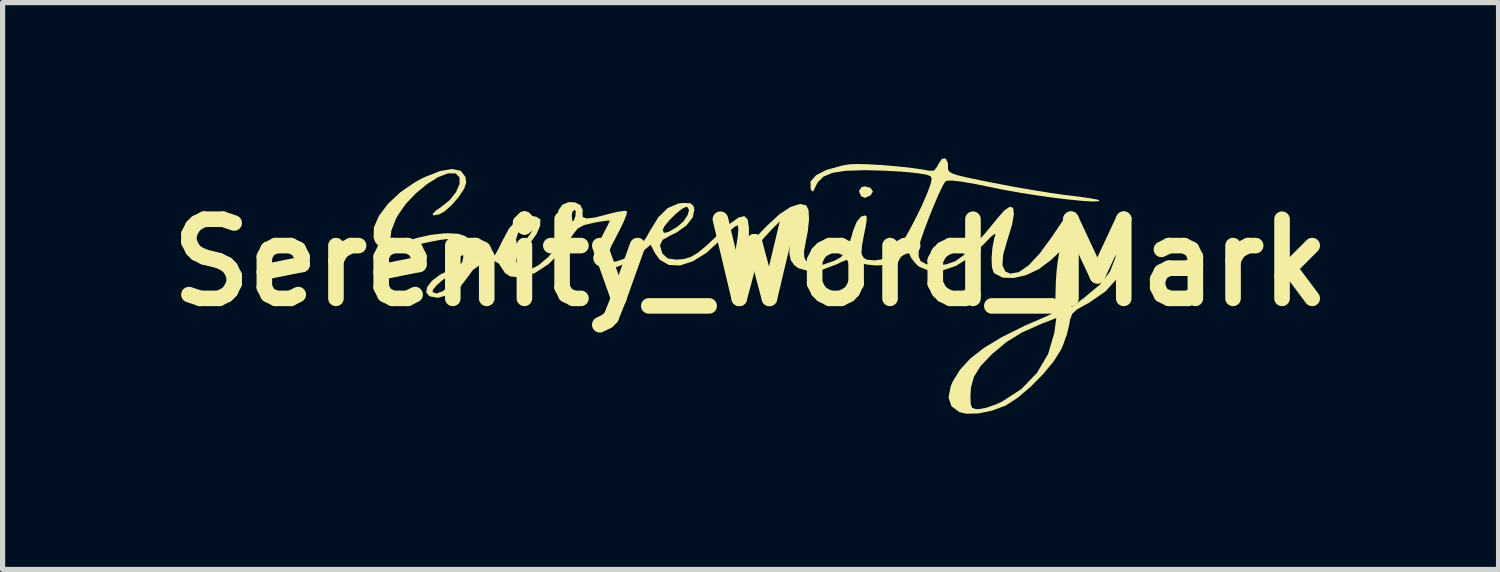
<source format=kicad_pcb>
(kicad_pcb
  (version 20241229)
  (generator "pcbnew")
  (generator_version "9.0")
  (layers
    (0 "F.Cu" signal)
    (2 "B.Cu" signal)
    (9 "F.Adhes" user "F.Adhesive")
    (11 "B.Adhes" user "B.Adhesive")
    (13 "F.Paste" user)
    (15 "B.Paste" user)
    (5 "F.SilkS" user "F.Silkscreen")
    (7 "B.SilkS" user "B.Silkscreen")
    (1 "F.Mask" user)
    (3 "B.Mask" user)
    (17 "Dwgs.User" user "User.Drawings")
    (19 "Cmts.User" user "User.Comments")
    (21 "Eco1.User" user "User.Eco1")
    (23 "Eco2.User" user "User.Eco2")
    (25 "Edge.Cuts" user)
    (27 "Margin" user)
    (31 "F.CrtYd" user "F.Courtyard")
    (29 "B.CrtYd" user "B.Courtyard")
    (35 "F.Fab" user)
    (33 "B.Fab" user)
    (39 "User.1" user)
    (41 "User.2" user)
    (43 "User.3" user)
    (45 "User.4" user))
  (footprint "Serenity_Word_Mark"
    (layer "F.Cu")
    (at 11.401 2.005)
    (property "Reference" "Serenity_Word_Mark" (at 0 0 0) (layer "F.SilkS") (effects (font (size 1.524 1.524) (thickness 0.3))))
    (attr board_only exclude_from_pos_files exclude_from_bom)
    (fp_poly (pts (xy 2.31 -1.438) (xy 2.355 -1.37) (xy 2.313 -1.297) (xy 2.307 -1.293) (xy 2.202 -1.245) (xy 2.131 -1.275) (xy 2.126 -1.279) (xy 2.087 -1.375) (xy 2.135 -1.451) (xy 2.198 -1.468)) (stroke (width 0) (type solid)) (fill yes) (layer "F.SilkS"))
    (fp_poly (pts (xy 3.799 -1.917) (xy 3.801 -1.851) (xy 3.801 -1.797) (xy 3.821 -1.755) (xy 3.876 -1.719) (xy 3.983 -1.682) (xy 4.156 -1.64) (xy 4.413 -1.586) (xy 4.675 -1.534) (xy 5.035 -1.465) (xy 5.409 -1.4) (xy 5.761 -1.343) (xy 6.053 -1.301) (xy 6.124 -1.293) (xy 6.364 -1.263) (xy 6.56 -1.234) (xy 6.685 -1.21) (xy 6.717 -1.199) (xy 6.692 -1.179) (xy 6.574 -1.176) (xy 6.38 -1.188) (xy 6.127 -1.213) (xy 5.834 -1.248) (xy 5.518 -1.292) (xy 5.197 -1.343) (xy 4.889 -1.398) (xy 4.713 -1.433) (xy 4.347 -1.508) (xy 4.079 -1.555) (xy 3.897 -1.578) (xy 3.79 -1.577) (xy 3.749 -1.56) (xy 3.697 -1.474) (xy 3.619 -1.31) (xy 3.527 -1.096) (xy 3.432 -0.859) (xy 3.344 -0.627) (xy 3.276 -0.429) (xy 3.24 -0.296) (xy 3.235 -0.12) (xy 3.274 -0.028) (xy 3.386 0.033) (xy 3.563 0.054) (xy 3.76 0.036) (xy 3.936 -0.022) (xy 3.94 -0.024) (xy 4.091 -0.132) (xy 4.285 -0.312) (xy 4.5 -0.544) (xy 4.716 -0.806) (xy 4.736 -0.833) (xy 4.887 -1.005) (xy 4.994 -1.076) (xy 5.056 -1.051) (xy 5.07 -0.933) (xy 5.034 -0.727) (xy 4.946 -0.438) (xy 4.943 -0.43) (xy 4.862 -0.146) (xy 4.849 0.052) (xy 4.904 0.171) (xy 5.001 0.213) (xy 5.165 0.184) (xy 5.354 0.054) (xy 5.57 -0.18) (xy 5.79 -0.479) (xy 6.124 -0.972) (xy 6.152 -0.058) (xy 6.181 0.855) (xy 6.406 0.691) (xy 6.714 0.435) (xy 6.918 0.178) (xy 7.025 -0.097) (xy 7.043 -0.408) (xy 6.99 -0.73) (xy 7.018 -0.81) (xy 7.063 -0.832) (xy 7.151 -0.799) (xy 7.218 -0.672) (xy 7.277 -0.343) (xy 7.23 -0.022) (xy 7.081 0.28) (xy 6.837 0.552) (xy 6.505 0.782) (xy 6.444 0.813) (xy 6.281 0.905) (xy 6.193 0.988) (xy 6.151 1.098) (xy 6.138 1.181) (xy 6.093 1.373) (xy 6.016 1.591) (xy 5.978 1.676) (xy 5.838 1.899) (xy 5.633 2.147) (xy 5.391 2.392) (xy 5.144 2.602) (xy 4.921 2.747) (xy 4.906 2.755) (xy 4.649 2.851) (xy 4.385 2.905) (xy 4.151 2.91) (xy 4.021 2.88) (xy 3.867 2.766) (xy 3.811 2.598) (xy 3.817 2.565) (xy 4.233 2.565) (xy 4.238 2.723) (xy 4.266 2.798) (xy 4.335 2.821) (xy 4.392 2.822) (xy 4.531 2.797) (xy 4.718 2.733) (xy 4.84 2.678) (xy 5.214 2.435) (xy 5.514 2.124) (xy 5.729 1.76) (xy 5.846 1.361) (xy 5.85 1.336) (xy 5.886 1.068) (xy 5.582 1.187) (xy 5.222 1.348) (xy 4.928 1.529) (xy 4.653 1.759) (xy 4.638 1.773) (xy 4.428 1.994) (xy 4.302 2.195) (xy 4.243 2.405) (xy 4.233 2.565) (xy 3.817 2.565) (xy 3.854 2.379) (xy 3.89 2.295) (xy 4.031 2.065) (xy 4.228 1.85) (xy 4.492 1.644) (xy 4.834 1.437) (xy 5.266 1.222) (xy 5.715 1.027) (xy 5.8 0.983) (xy 5.847 0.921) (xy 5.866 0.81) (xy 5.871 0.618) (xy 5.871 0.608) (xy 5.877 0.374) (xy 5.893 0.148) (xy 5.907 0.028) (xy 5.942 -0.198) (xy 5.779 -0.045) (xy 5.552 0.125) (xy 5.305 0.242) (xy 5.065 0.298) (xy 4.854 0.29) (xy 4.699 0.211) (xy 4.679 0.19) (xy 4.647 0.088) (xy 4.64 -0.084) (xy 4.656 -0.285) (xy 4.693 -0.474) (xy 4.714 -0.536) (xy 4.701 -0.554) (xy 4.631 -0.499) (xy 4.516 -0.381) (xy 4.495 -0.358) (xy 4.23 -0.109) (xy 3.957 0.063) (xy 3.691 0.155) (xy 3.448 0.162) (xy 3.243 0.079) (xy 3.187 0.031) (xy 3.092 -0.089) (xy 3.048 -0.194) (xy 3.048 -0.201) (xy 3.028 -0.241) (xy 2.96 -0.209) (xy 2.848 -0.119) (xy 2.679 0.003) (xy 2.51 0.052) (xy 2.409 0.056) (xy 2.229 0.037) (xy 2.08 -0.01) (xy 2.054 -0.025) (xy 1.974 -0.067) (xy 1.889 -0.066) (xy 1.762 -0.017) (xy 1.665 0.031) (xy 1.379 0.139) (xy 1.125 0.165) (xy 0.919 0.109) (xy 0.84 0.049) (xy 0.775 -0.045) (xy 0.745 -0.177) (xy 0.752 -0.365) (xy 0.794 -0.631) (xy 0.823 -0.776) (xy 0.836 -0.911) (xy 0.799 -0.959) (xy 0.789 -0.96) (xy 0.709 -0.918) (xy 0.579 -0.808) (xy 0.418 -0.649) (xy 0.246 -0.462) (xy 0.083 -0.266) (xy -0.046 -0.091) (xy -0.176 0.076) (xy -0.265 0.139) (xy -0.313 0.097) (xy -0.318 -0.049) (xy -0.281 -0.297) (xy -0.279 -0.305) (xy -0.247 -0.498) (xy -0.235 -0.646) (xy -0.244 -0.715) (xy -0.298 -0.695) (xy -0.405 -0.608) (xy -0.545 -0.472) (xy -0.579 -0.436) (xy -0.849 -0.187) (xy -1.113 -0.023) (xy -1.359 0.056) (xy -1.574 0.047) (xy -1.748 -0.054) (xy -1.839 -0.178) (xy -1.924 -0.343) (xy -2.157 -0.144) (xy -2.381 0.01) (xy -2.605 0.095) (xy -2.805 0.11) (xy -2.959 0.049) (xy -3.011 -0.01) (xy -3.031 -0.089) (xy -3.003 -0.207) (xy -2.92 -0.389) (xy -2.89 -0.448) (xy -2.8 -0.621) (xy -2.735 -0.75) (xy -2.709 -0.807) (xy -2.709 -0.808) (xy -2.759 -0.807) (xy -2.889 -0.789) (xy -3.014 -0.767) (xy -3.207 -0.721) (xy -3.326 -0.657) (xy -3.41 -0.554) (xy -3.419 -0.539) (xy -3.64 -0.221) (xy -3.89 0.03) (xy -4.152 0.201) (xy -4.41 0.279) (xy -4.47 0.282) (xy -4.629 0.267) (xy -4.727 0.203) (xy -4.786 0.114) (xy -4.848 0.019) (xy -4.915 -0.022) (xy -5.017 -0.012) (xy -5.186 0.044) (xy -5.233 0.062) (xy -5.346 0.143) (xy -5.443 0.275) (xy -5.443 0.275) (xy -5.594 0.473) (xy -5.796 0.615) (xy -6.012 0.677) (xy -6.036 0.677) (xy -6.184 0.649) (xy -6.245 0.575) (xy -6.244 0.567) (xy -6.122 0.567) (xy -6.048 0.596) (xy -5.931 0.553) (xy -5.799 0.452) (xy -5.731 0.376) (xy -5.649 0.261) (xy -5.613 0.189) (xy -5.614 0.181) (xy -5.682 0.183) (xy -5.797 0.243) (xy -5.928 0.336) (xy -6.045 0.438) (xy -6.117 0.526) (xy -6.122 0.567) (xy -6.244 0.567) (xy -6.226 0.471) (xy -6.135 0.351) (xy -5.978 0.233) (xy -5.777 0.135) (xy -5.623 0.066) (xy -5.551 -0.006) (xy -5.532 -0.108) (xy -5.532 -0.117) (xy -5.578 -0.299) (xy -5.703 -0.418) (xy -5.848 -0.452) (xy -5.966 -0.438) (xy -6.157 -0.402) (xy -6.388 -0.351) (xy -6.468 -0.331) (xy -6.774 -0.267) (xy -6.992 -0.254) (xy -7.138 -0.294) (xy -7.227 -0.392) (xy -7.258 -0.479) (xy -7.253 -0.676) (xy -7.156 -0.898) (xy -6.983 -1.129) (xy -6.746 -1.351) (xy -6.459 -1.549) (xy -6.287 -1.64) (xy -5.984 -1.76) (xy -5.747 -1.802) (xy -5.581 -1.766) (xy -5.491 -1.652) (xy -5.475 -1.541) (xy -5.515 -1.421) (xy -5.617 -1.265) (xy -5.753 -1.108) (xy -5.893 -0.983) (xy -5.992 -0.929) (xy -6.104 -0.907) (xy -6.123 -0.936) (xy -6.051 -1.007) (xy -5.956 -1.071) (xy -5.791 -1.204) (xy -5.67 -1.359) (xy -5.604 -1.511) (xy -5.603 -1.638) (xy -5.678 -1.716) (xy -5.678 -1.716) (xy -5.825 -1.718) (xy -6.016 -1.644) (xy -6.23 -1.51) (xy -6.443 -1.333) (xy -6.637 -1.13) (xy -6.788 -0.915) (xy -6.834 -0.828) (xy -6.917 -0.613) (xy -6.932 -0.474) (xy -6.87 -0.405) (xy -6.725 -0.4) (xy -6.487 -0.454) (xy -6.401 -0.479) (xy -6.168 -0.531) (xy -5.912 -0.561) (xy -5.825 -0.564) (xy -5.626 -0.553) (xy -5.493 -0.509) (xy -5.388 -0.426) (xy -5.292 -0.296) (xy -5.25 -0.172) (xy -5.249 -0.165) (xy -5.229 -0.078) (xy -5.148 -0.071) (xy -5.122 -0.077) (xy -5.006 -0.105) (xy -4.956 -0.112) (xy -4.912 -0.16) (xy -4.845 -0.281) (xy -4.798 -0.38) (xy -4.764 -0.444) (xy -4.516 -0.444) (xy -4.499 -0.356) (xy -4.44 -0.356) (xy -4.327 -0.444) (xy -4.308 -0.461) (xy -4.228 -0.571) (xy -4.182 -0.696) (xy -4.179 -0.8) (xy -4.226 -0.847) (xy -4.229 -0.847) (xy -4.307 -0.801) (xy -4.4 -0.693) (xy -4.479 -0.562) (xy -4.515 -0.45) (xy -4.516 -0.444) (xy -4.764 -0.444) (xy -4.654 -0.651) (xy -4.505 -0.819) (xy -4.338 -0.896) (xy -4.258 -0.903) (xy -4.124 -0.882) (xy -4.048 -0.831) (xy -4.047 -0.828) (xy -4.052 -0.707) (xy -4.119 -0.552) (xy -4.227 -0.4) (xy -4.353 -0.29) (xy -4.357 -0.287) (xy -4.482 -0.176) (xy -4.515 -0.041) (xy -4.481 0.098) (xy -4.388 0.157) (xy -4.25 0.139) (xy -4.082 0.051) (xy -3.898 -0.104) (xy -3.729 -0.299) (xy -3.613 -0.458) (xy -3.531 -0.583) (xy -3.5 -0.645) (xy -3.539 -0.708) (xy -3.62 -0.785) (xy -3.706 -0.896) (xy -3.706 -0.903) (xy -3.443 -0.903) (xy -3.434 -0.811) (xy -3.421 -0.79) (xy -3.392 -0.837) (xy -3.37 -0.903) (xy -3.367 -0.993) (xy -3.392 -1.016) (xy -3.434 -0.969) (xy -3.443 -0.903) (xy -3.706 -0.903) (xy -3.701 -1.005) (xy -3.624 -1.113) (xy -3.506 -1.163) (xy -3.378 -1.159) (xy -3.275 -1.105) (xy -3.23 -1.004) (xy -3.236 -0.949) (xy -3.231 -0.876) (xy -3.156 -0.849) (xy -3.002 -0.866) (xy -2.756 -0.929) (xy -2.728 -0.937) (xy -2.554 -0.979) (xy -2.426 -0.996) (xy -2.381 -0.988) (xy -2.388 -0.924) (xy -2.441 -0.789) (xy -2.529 -0.609) (xy -2.554 -0.562) (xy -2.683 -0.313) (xy -2.751 -0.147) (xy -2.757 -0.051) (xy -2.703 -0.012) (xy -2.59 -0.02) (xy -2.582 -0.022) (xy -2.359 -0.1) (xy -2.173 -0.249) (xy -2.006 -0.486) (xy -1.947 -0.594) (xy -1.927 -0.627) (xy -1.693 -0.627) (xy -1.668 -0.572) (xy -1.585 -0.587) (xy -1.432 -0.676) (xy -1.405 -0.693) (xy -1.29 -0.796) (xy -1.213 -0.912) (xy -1.185 -1.013) (xy -1.218 -1.069) (xy -1.243 -1.072) (xy -1.323 -1.033) (xy -1.44 -0.937) (xy -1.563 -0.816) (xy -1.657 -0.701) (xy -1.693 -0.627) (xy -1.927 -0.627) (xy -1.776 -0.872) (xy -1.596 -1.049) (xy -1.392 -1.136) (xy -1.292 -1.148) (xy -1.158 -1.141) (xy -1.098 -1.09) (xy -1.082 -1.025) (xy -1.113 -0.871) (xy -1.234 -0.715) (xy -1.425 -0.578) (xy -1.538 -0.525) (xy -1.693 -0.438) (xy -1.745 -0.333) (xy -1.702 -0.187) (xy -1.691 -0.166) (xy -1.595 -0.08) (xy -1.434 -0.056) (xy -1.286 -0.067) (xy -1.153 -0.107) (xy -1.013 -0.19) (xy -0.844 -0.33) (xy -0.622 -0.54) (xy -0.614 -0.548) (xy -0.391 -0.753) (xy -0.229 -0.868) (xy -0.12 -0.894) (xy -0.057 -0.832) (xy -0.033 -0.683) (xy -0.032 -0.607) (xy -0.035 -0.342) (xy 0.307 -0.7) (xy 0.553 -0.928) (xy 0.772 -1.072) (xy 0.954 -1.128) (xy 1.071 -1.102) (xy 1.115 -1.014) (xy 1.126 -0.841) (xy 1.103 -0.607) (xy 1.063 -0.402) (xy 1.029 -0.216) (xy 1.033 -0.101) (xy 1.07 -0.031) (xy 1.203 0.045) (xy 1.397 0.04) (xy 1.62 -0.037) (xy 1.737 -0.103) (xy 1.819 -0.186) (xy 1.883 -0.314) (xy 1.947 -0.515) (xy 1.973 -0.61) (xy 2.039 -0.777) (xy 2.123 -0.883) (xy 2.205 -0.908) (xy 2.233 -0.89) (xy 2.236 -0.825) (xy 2.215 -0.684) (xy 2.181 -0.523) (xy 2.146 -0.331) (xy 2.135 -0.178) (xy 2.148 -0.108) (xy 2.239 -0.055) (xy 2.393 -0.042) (xy 2.569 -0.067) (xy 2.725 -0.128) (xy 2.739 -0.137) (xy 2.814 -0.221) (xy 2.921 -0.384) (xy 3.045 -0.6) (xy 3.175 -0.846) (xy 3.297 -1.095) (xy 3.397 -1.323) (xy 3.464 -1.506) (xy 3.473 -1.539) (xy 3.487 -1.616) (xy 3.465 -1.663) (xy 3.386 -1.693) (xy 3.226 -1.718) (xy 3.123 -1.731) (xy 2.888 -1.752) (xy 2.591 -1.768) (xy 2.283 -1.777) (xy 2.171 -1.778) (xy 1.826 -1.766) (xy 1.576 -1.727) (xy 1.404 -1.655) (xy 1.292 -1.544) (xy 1.244 -1.45) (xy 1.205 -1.367) (xy 1.175 -1.385) (xy 1.156 -1.427) (xy 1.155 -1.561) (xy 1.26 -1.681) (xy 1.461 -1.784) (xy 1.753 -1.865) (xy 1.897 -1.891) (xy 2.045 -1.898) (xy 2.272 -1.892) (xy 2.546 -1.876) (xy 2.836 -1.851) (xy 3.11 -1.821) (xy 3.334 -1.788) (xy 3.428 -1.769) (xy 3.532 -1.77) (xy 3.598 -1.856) (xy 3.612 -1.89) (xy 3.684 -1.998) (xy 3.756 -2.005)) (stroke (width 0) (type solid)) (fill yes) (layer "F.SilkS")))
  (gr_rect
    (start -3 -3)
    (end 25.802 7.914)
    (stroke (width 0.1) (type default))
    (fill no)
    (layer "Edge.Cuts")))
</source>
